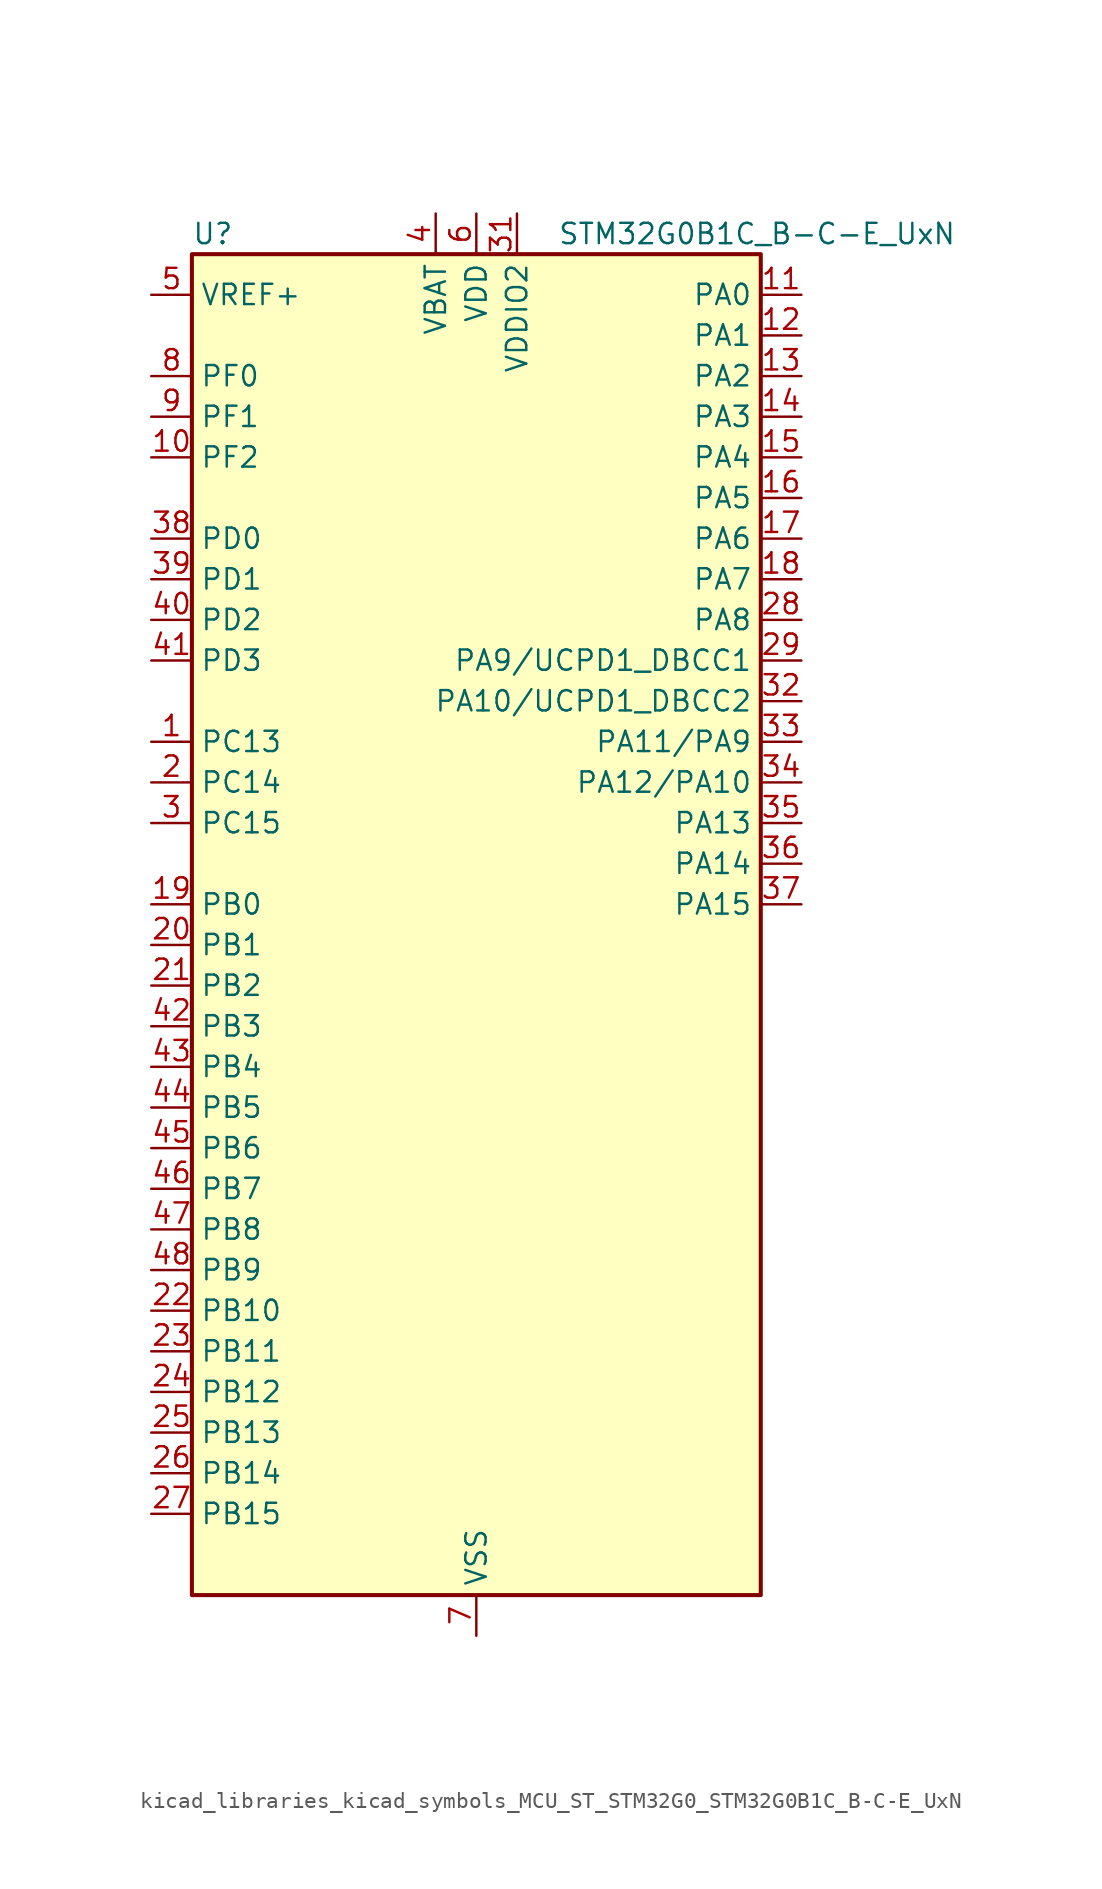
<source format=kicad_sym>
(kicad_symbol_lib
  (version 20220914)
  (generator kicad_symbol_editor)
  (symbol "kicad_libraries_kicad_symbols_MCU_ST_STM32G0_STM32G0B1C_B-C-E_UxN"
    (property "Reference" "U"
      (at -17.78 44.45 0)
      (effects (font (size 1.27 1.27)) (justify left)))
    (property "Value" "STM32G0B1C_B-C-E_UxN"
      (at 5.08 44.45 0)
      (effects (font (size 1.27 1.27)) (justify left)))
    (property "ki_locked" ""
      (at 0 0 0)
      (effects (font (size 1.27 1.27))))
    (symbol "kicad_libraries_kicad_symbols_MCU_ST_STM32G0_STM32G0B1C_B-C-E_UxN_0_1"
      (rectangle (start -17.78 -40.64) (end 17.78 43.18) (stroke (width 0.254) (type default)) (fill (type background))))
    (symbol "kicad_libraries_kicad_symbols_MCU_ST_STM32G0_STM32G0B1C_B-C-E_UxN_1_1"
      (pin bidirectional line (at -20.32 12.7 0) (length 2.54) (name "PC13" (effects (font (size 1.27 1.27)))) (number "1" (effects (font (size 1.27 1.27)))) (alternate "RTC_OUT1" bidirectional line) (alternate "RTC_TAMP_IN1" bidirectional line) (alternate "RTC_TS" bidirectional line) (alternate "SYS_WKUP2" bidirectional line) (alternate "TIM1_BK" bidirectional line))
      (pin bidirectional line (at -20.32 30.48 0) (length 2.54) (name "PF2" (effects (font (size 1.27 1.27)))) (number "10" (effects (font (size 1.27 1.27)))) (alternate "LPUART2_DE" bidirectional line) (alternate "LPUART2_RTS" bidirectional line) (alternate "LPUART2_TX" bidirectional line) (alternate "RCC_MCO" bidirectional line))
      (pin bidirectional line (at 20.32 40.64 180) (length 2.54) (name "PA0" (effects (font (size 1.27 1.27)))) (number "11" (effects (font (size 1.27 1.27)))) (alternate "ADC1_IN0" bidirectional line) (alternate "COMP1_INM" bidirectional line) (alternate "COMP1_OUT" bidirectional line) (alternate "I2S2_CK" bidirectional line) (alternate "LPTIM1_OUT" bidirectional line) (alternate "RTC_TAMP_IN2" bidirectional line) (alternate "SPI2_SCK" bidirectional line) (alternate "SYS_WKUP1" bidirectional line) (alternate "TIM2_CH1" bidirectional line) (alternate "TIM2_ETR" bidirectional line) (alternate "UCPD2_FRSTX1" bidirectional line) (alternate "UCPD2_FRSTX2" bidirectional line) (alternate "USART2_CTS" bidirectional line) (alternate "USART2_NSS" bidirectional line) (alternate "USART4_TX" bidirectional line))
      (pin bidirectional line (at 20.32 38.1 180) (length 2.54) (name "PA1" (effects (font (size 1.27 1.27)))) (number "12" (effects (font (size 1.27 1.27)))) (alternate "ADC1_IN1" bidirectional line) (alternate "COMP1_INP" bidirectional line) (alternate "I2C1_SMBA" bidirectional line) (alternate "I2S1_CK" bidirectional line) (alternate "SPI1_SCK" bidirectional line) (alternate "TIM15_CH1N" bidirectional line) (alternate "TIM2_CH2" bidirectional line) (alternate "USART2_CK" bidirectional line) (alternate "USART2_DE" bidirectional line) (alternate "USART2_RTS" bidirectional line) (alternate "USART4_RX" bidirectional line))
      (pin bidirectional line (at 20.32 35.56 180) (length 2.54) (name "PA2" (effects (font (size 1.27 1.27)))) (number "13" (effects (font (size 1.27 1.27)))) (alternate "ADC1_IN2" bidirectional line) (alternate "COMP2_INM" bidirectional line) (alternate "COMP2_OUT" bidirectional line) (alternate "I2S1_SD" bidirectional line) (alternate "LPUART1_TX" bidirectional line) (alternate "RCC_LSCO" bidirectional line) (alternate "SPI1_MOSI" bidirectional line) (alternate "SYS_WKUP4" bidirectional line) (alternate "TIM15_CH1" bidirectional line) (alternate "TIM2_CH3" bidirectional line) (alternate "UCPD1_FRSTX1" bidirectional line) (alternate "UCPD1_FRSTX2" bidirectional line) (alternate "USART2_TX" bidirectional line))
      (pin bidirectional line (at 20.32 33.02 180) (length 2.54) (name "PA3" (effects (font (size 1.27 1.27)))) (number "14" (effects (font (size 1.27 1.27)))) (alternate "ADC1_IN3" bidirectional line) (alternate "COMP2_INP" bidirectional line) (alternate "I2S2_MCK" bidirectional line) (alternate "LPUART1_RX" bidirectional line) (alternate "SPI2_MISO" bidirectional line) (alternate "TIM15_CH2" bidirectional line) (alternate "TIM2_CH4" bidirectional line) (alternate "UCPD2_FRSTX1" bidirectional line) (alternate "UCPD2_FRSTX2" bidirectional line) (alternate "USART2_RX" bidirectional line))
      (pin bidirectional line (at 20.32 30.48 180) (length 2.54) (name "PA4" (effects (font (size 1.27 1.27)))) (number "15" (effects (font (size 1.27 1.27)))) (alternate "ADC1_IN4" bidirectional line) (alternate "DAC1_OUT1" bidirectional line) (alternate "I2S1_WS" bidirectional line) (alternate "I2S2_SD" bidirectional line) (alternate "LPTIM2_OUT" bidirectional line) (alternate "RTC_OUT2" bidirectional line) (alternate "SPI1_NSS" bidirectional line) (alternate "SPI2_MOSI" bidirectional line) (alternate "SPI3_NSS" bidirectional line) (alternate "TIM14_CH1" bidirectional line) (alternate "UCPD2_FRSTX1" bidirectional line) (alternate "UCPD2_FRSTX2" bidirectional line) (alternate "USART6_TX" bidirectional line) (alternate "USB_NOE" bidirectional line))
      (pin bidirectional line (at 20.32 27.94 180) (length 2.54) (name "PA5" (effects (font (size 1.27 1.27)))) (number "16" (effects (font (size 1.27 1.27)))) (alternate "ADC1_IN5" bidirectional line) (alternate "CEC" bidirectional line) (alternate "DAC1_OUT2" bidirectional line) (alternate "I2S1_CK" bidirectional line) (alternate "LPTIM2_ETR" bidirectional line) (alternate "SPI1_SCK" bidirectional line) (alternate "TIM2_CH1" bidirectional line) (alternate "TIM2_ETR" bidirectional line) (alternate "UCPD1_FRSTX1" bidirectional line) (alternate "UCPD1_FRSTX2" bidirectional line) (alternate "USART3_TX" bidirectional line) (alternate "USART6_RX" bidirectional line))
      (pin bidirectional line (at 20.32 25.4 180) (length 2.54) (name "PA6" (effects (font (size 1.27 1.27)))) (number "17" (effects (font (size 1.27 1.27)))) (alternate "ADC1_IN6" bidirectional line) (alternate "COMP1_OUT" bidirectional line) (alternate "I2C2_SDA" bidirectional line) (alternate "I2C3_SDA" bidirectional line) (alternate "I2S1_MCK" bidirectional line) (alternate "LPUART1_CTS" bidirectional line) (alternate "SPI1_MISO" bidirectional line) (alternate "TIM16_CH1" bidirectional line) (alternate "TIM1_BK" bidirectional line) (alternate "TIM3_CH1" bidirectional line) (alternate "USART3_CTS" bidirectional line) (alternate "USART3_NSS" bidirectional line) (alternate "USART6_CTS" bidirectional line) (alternate "USART6_NSS" bidirectional line))
      (pin bidirectional line (at 20.32 22.86 180) (length 2.54) (name "PA7" (effects (font (size 1.27 1.27)))) (number "18" (effects (font (size 1.27 1.27)))) (alternate "ADC1_IN7" bidirectional line) (alternate "COMP2_OUT" bidirectional line) (alternate "I2C2_SCL" bidirectional line) (alternate "I2C3_SCL" bidirectional line) (alternate "I2S1_SD" bidirectional line) (alternate "SPI1_MOSI" bidirectional line) (alternate "TIM14_CH1" bidirectional line) (alternate "TIM17_CH1" bidirectional line) (alternate "TIM1_CH1N" bidirectional line) (alternate "TIM3_CH2" bidirectional line) (alternate "UCPD1_FRSTX1" bidirectional line) (alternate "UCPD1_FRSTX2" bidirectional line) (alternate "USART6_CK" bidirectional line) (alternate "USART6_DE" bidirectional line) (alternate "USART6_RTS" bidirectional line))
      (pin bidirectional line (at -20.32 2.54 0) (length 2.54) (name "PB0" (effects (font (size 1.27 1.27)))) (number "19" (effects (font (size 1.27 1.27)))) (alternate "ADC1_IN8" bidirectional line) (alternate "COMP1_OUT" bidirectional line) (alternate "COMP3_INP" bidirectional line) (alternate "FDCAN2_RX" bidirectional line) (alternate "I2S1_WS" bidirectional line) (alternate "LPTIM1_OUT" bidirectional line) (alternate "LPUART2_CTS" bidirectional line) (alternate "SPI1_NSS" bidirectional line) (alternate "TIM1_CH2N" bidirectional line) (alternate "TIM3_CH3" bidirectional line) (alternate "UCPD1_FRSTX1" bidirectional line) (alternate "UCPD1_FRSTX2" bidirectional line) (alternate "USART3_RX" bidirectional line) (alternate "USART5_TX" bidirectional line))
      (pin bidirectional line (at -20.32 10.16 0) (length 2.54) (name "PC14" (effects (font (size 1.27 1.27)))) (number "2" (effects (font (size 1.27 1.27)))) (alternate "RCC_OSC32_IN" bidirectional line) (alternate "TIM1_BK2" bidirectional line))
      (pin bidirectional line (at -20.32 0 0) (length 2.54) (name "PB1" (effects (font (size 1.27 1.27)))) (number "20" (effects (font (size 1.27 1.27)))) (alternate "ADC1_IN9" bidirectional line) (alternate "COMP1_INM" bidirectional line) (alternate "COMP3_OUT" bidirectional line) (alternate "FDCAN2_TX" bidirectional line) (alternate "LPTIM2_IN1" bidirectional line) (alternate "LPUART1_DE" bidirectional line) (alternate "LPUART1_RTS" bidirectional line) (alternate "LPUART2_DE" bidirectional line) (alternate "LPUART2_RTS" bidirectional line) (alternate "TIM14_CH1" bidirectional line) (alternate "TIM1_CH3N" bidirectional line) (alternate "TIM3_CH4" bidirectional line) (alternate "USART3_CK" bidirectional line) (alternate "USART3_DE" bidirectional line) (alternate "USART3_RTS" bidirectional line) (alternate "USART5_RX" bidirectional line))
      (pin bidirectional line (at -20.32 -2.54 0) (length 2.54) (name "PB2" (effects (font (size 1.27 1.27)))) (number "21" (effects (font (size 1.27 1.27)))) (alternate "ADC1_IN10" bidirectional line) (alternate "COMP1_INP" bidirectional line) (alternate "COMP3_INM" bidirectional line) (alternate "I2S2_MCK" bidirectional line) (alternate "LPTIM1_OUT" bidirectional line) (alternate "RCC_MCO_2" bidirectional line) (alternate "SPI2_MISO" bidirectional line) (alternate "USART3_TX" bidirectional line))
      (pin bidirectional line (at -20.32 -22.86 0) (length 2.54) (name "PB10" (effects (font (size 1.27 1.27)))) (number "22" (effects (font (size 1.27 1.27)))) (alternate "ADC1_IN11" bidirectional line) (alternate "CEC" bidirectional line) (alternate "COMP1_OUT" bidirectional line) (alternate "I2C2_SCL" bidirectional line) (alternate "I2S2_CK" bidirectional line) (alternate "LPUART1_RX" bidirectional line) (alternate "SPI2_SCK" bidirectional line) (alternate "TIM2_CH3" bidirectional line) (alternate "USART3_TX" bidirectional line))
      (pin bidirectional line (at -20.32 -25.4 0) (length 2.54) (name "PB11" (effects (font (size 1.27 1.27)))) (number "23" (effects (font (size 1.27 1.27)))) (alternate "ADC1_EXTI11" bidirectional line) (alternate "ADC1_IN15" bidirectional line) (alternate "COMP2_OUT" bidirectional line) (alternate "I2C2_SDA" bidirectional line) (alternate "I2S2_SD" bidirectional line) (alternate "LPUART1_TX" bidirectional line) (alternate "SPI2_MOSI" bidirectional line) (alternate "TIM2_CH4" bidirectional line) (alternate "USART3_RX" bidirectional line))
      (pin bidirectional line (at -20.32 -27.94 0) (length 2.54) (name "PB12" (effects (font (size 1.27 1.27)))) (number "24" (effects (font (size 1.27 1.27)))) (alternate "ADC1_IN16" bidirectional line) (alternate "FDCAN2_RX" bidirectional line) (alternate "I2C2_SMBA" bidirectional line) (alternate "I2S2_WS" bidirectional line) (alternate "LPUART1_DE" bidirectional line) (alternate "LPUART1_RTS" bidirectional line) (alternate "SPI2_NSS" bidirectional line) (alternate "TIM15_BK" bidirectional line) (alternate "TIM1_BK" bidirectional line) (alternate "UCPD2_FRSTX1" bidirectional line) (alternate "UCPD2_FRSTX2" bidirectional line))
      (pin bidirectional line (at -20.32 -30.48 0) (length 2.54) (name "PB13" (effects (font (size 1.27 1.27)))) (number "25" (effects (font (size 1.27 1.27)))) (alternate "FDCAN2_TX" bidirectional line) (alternate "I2C2_SCL" bidirectional line) (alternate "I2S2_CK" bidirectional line) (alternate "LPUART1_CTS" bidirectional line) (alternate "SPI2_SCK" bidirectional line) (alternate "TIM15_CH1N" bidirectional line) (alternate "TIM1_CH1N" bidirectional line) (alternate "USART3_CTS" bidirectional line) (alternate "USART3_NSS" bidirectional line))
      (pin bidirectional line (at -20.32 -33.02 0) (length 2.54) (name "PB14" (effects (font (size 1.27 1.27)))) (number "26" (effects (font (size 1.27 1.27)))) (alternate "I2C2_SDA" bidirectional line) (alternate "I2S2_MCK" bidirectional line) (alternate "SPI2_MISO" bidirectional line) (alternate "TIM15_CH1" bidirectional line) (alternate "TIM1_CH2N" bidirectional line) (alternate "UCPD1_FRSTX1" bidirectional line) (alternate "UCPD1_FRSTX2" bidirectional line) (alternate "USART3_CK" bidirectional line) (alternate "USART3_DE" bidirectional line) (alternate "USART3_RTS" bidirectional line) (alternate "USART6_CK" bidirectional line) (alternate "USART6_DE" bidirectional line) (alternate "USART6_RTS" bidirectional line))
      (pin bidirectional line (at -20.32 -35.56 0) (length 2.54) (name "PB15" (effects (font (size 1.27 1.27)))) (number "27" (effects (font (size 1.27 1.27)))) (alternate "I2S2_SD" bidirectional line) (alternate "RTC_REFIN" bidirectional line) (alternate "SPI2_MOSI" bidirectional line) (alternate "TIM15_CH1N" bidirectional line) (alternate "TIM15_CH2" bidirectional line) (alternate "TIM1_CH3N" bidirectional line) (alternate "UCPD1_CC2" bidirectional line) (alternate "USART6_CTS" bidirectional line) (alternate "USART6_NSS" bidirectional line))
      (pin bidirectional line (at 20.32 20.32 180) (length 2.54) (name "PA8" (effects (font (size 1.27 1.27)))) (number "28" (effects (font (size 1.27 1.27)))) (alternate "CRS1_SYNC" bidirectional line) (alternate "I2C2_SMBA" bidirectional line) (alternate "I2S2_WS" bidirectional line) (alternate "LPTIM2_OUT" bidirectional line) (alternate "RCC_MCO" bidirectional line) (alternate "SPI2_NSS" bidirectional line) (alternate "TIM1_CH1" bidirectional line) (alternate "UCPD1_CC1" bidirectional line))
      (pin bidirectional line (at 20.32 17.78 180) (length 2.54) (name "PA9/UCPD1_DBCC1" (effects (font (size 1.27 1.27)))) (number "29" (effects (font (size 1.27 1.27)))) (alternate "DAC1_EXTI9" bidirectional line) (alternate "I2C1_SCL" bidirectional line) (alternate "I2C2_SCL" bidirectional line) (alternate "I2S2_MCK" bidirectional line) (alternate "RCC_MCO" bidirectional line) (alternate "SPI2_MISO" bidirectional line) (alternate "TIM15_BK" bidirectional line) (alternate "TIM1_CH2" bidirectional line) (alternate "UCPD1_DBCC1" bidirectional line) (alternate "USART1_TX" bidirectional line))
      (pin bidirectional line (at -20.32 7.62 0) (length 2.54) (name "PC15" (effects (font (size 1.27 1.27)))) (number "3" (effects (font (size 1.27 1.27)))) (alternate "RCC_OSC32_EN" bidirectional line) (alternate "RCC_OSC32_OUT" bidirectional line) (alternate "RCC_OSC_EN" bidirectional line) (alternate "TIM15_BK" bidirectional line))
      (pin passive line (at 0 -43.18 90) (length 2.54) hide (name "VSS" (effects (font (size 1.27 1.27)))) (number "30" (effects (font (size 1.27 1.27)))))
      (pin power_in line (at 2.54 45.72 270) (length 2.54) (name "VDDIO2" (effects (font (size 1.27 1.27)))) (number "31" (effects (font (size 1.27 1.27)))))
      (pin bidirectional line (at 20.32 15.24 180) (length 2.54) (name "PA10/UCPD1_DBCC2" (effects (font (size 1.27 1.27)))) (number "32" (effects (font (size 1.27 1.27)))) (alternate "I2C1_SDA" bidirectional line) (alternate "I2C2_SDA" bidirectional line) (alternate "I2S2_SD" bidirectional line) (alternate "RCC_MCO_2" bidirectional line) (alternate "SPI2_MOSI" bidirectional line) (alternate "TIM17_BK" bidirectional line) (alternate "TIM1_CH3" bidirectional line) (alternate "UCPD1_DBCC2" bidirectional line) (alternate "USART1_RX" bidirectional line))
      (pin bidirectional line (at 20.32 12.7 180) (length 2.54) (name "PA11/PA9" (effects (font (size 1.27 1.27)))) (number "33" (effects (font (size 1.27 1.27)))) (alternate "ADC1_EXTI11" bidirectional line) (alternate "COMP1_OUT" bidirectional line) (alternate "FDCAN1_RX" bidirectional line) (alternate "I2C2_SCL" bidirectional line) (alternate "I2S1_MCK" bidirectional line) (alternate "SPI1_MISO" bidirectional line) (alternate "TIM1_BK2" bidirectional line) (alternate "TIM1_CH4" bidirectional line) (alternate "USART1_CTS" bidirectional line) (alternate "USART1_NSS" bidirectional line) (alternate "USB_DM" bidirectional line))
      (pin bidirectional line (at 20.32 10.16 180) (length 2.54) (name "PA12/PA10" (effects (font (size 1.27 1.27)))) (number "34" (effects (font (size 1.27 1.27)))) (alternate "COMP2_OUT" bidirectional line) (alternate "FDCAN1_TX" bidirectional line) (alternate "I2C2_SDA" bidirectional line) (alternate "I2S1_SD" bidirectional line) (alternate "I2S_CKIN" bidirectional line) (alternate "SPI1_MOSI" bidirectional line) (alternate "TIM1_ETR" bidirectional line) (alternate "USART1_CK" bidirectional line) (alternate "USART1_DE" bidirectional line) (alternate "USART1_RTS" bidirectional line) (alternate "USB_DP" bidirectional line))
      (pin bidirectional line (at 20.32 7.62 180) (length 2.54) (name "PA13" (effects (font (size 1.27 1.27)))) (number "35" (effects (font (size 1.27 1.27)))) (alternate "IR_OUT" bidirectional line) (alternate "LPUART2_RX" bidirectional line) (alternate "SYS_SWDIO" bidirectional line) (alternate "USB_NOE" bidirectional line))
      (pin bidirectional line (at 20.32 5.08 180) (length 2.54) (name "PA14" (effects (font (size 1.27 1.27)))) (number "36" (effects (font (size 1.27 1.27)))) (alternate "LPUART2_TX" bidirectional line) (alternate "SYS_SWCLK" bidirectional line) (alternate "USART2_TX" bidirectional line))
      (pin bidirectional line (at 20.32 2.54 180) (length 2.54) (name "PA15" (effects (font (size 1.27 1.27)))) (number "37" (effects (font (size 1.27 1.27)))) (alternate "I2C2_SMBA" bidirectional line) (alternate "I2S1_WS" bidirectional line) (alternate "RCC_MCO_2" bidirectional line) (alternate "SPI1_NSS" bidirectional line) (alternate "SPI3_NSS" bidirectional line) (alternate "TIM2_CH1" bidirectional line) (alternate "TIM2_ETR" bidirectional line) (alternate "USART2_RX" bidirectional line) (alternate "USART3_CK" bidirectional line) (alternate "USART3_DE" bidirectional line) (alternate "USART3_RTS" bidirectional line) (alternate "USART4_CK" bidirectional line) (alternate "USART4_DE" bidirectional line) (alternate "USART4_RTS" bidirectional line) (alternate "USB_NOE" bidirectional line))
      (pin bidirectional line (at -20.32 25.4 0) (length 2.54) (name "PD0" (effects (font (size 1.27 1.27)))) (number "38" (effects (font (size 1.27 1.27)))) (alternate "FDCAN1_RX" bidirectional line) (alternate "I2S2_WS" bidirectional line) (alternate "SPI2_NSS" bidirectional line) (alternate "TIM16_CH1" bidirectional line) (alternate "UCPD2_CC1" bidirectional line))
      (pin bidirectional line (at -20.32 22.86 0) (length 2.54) (name "PD1" (effects (font (size 1.27 1.27)))) (number "39" (effects (font (size 1.27 1.27)))) (alternate "FDCAN1_TX" bidirectional line) (alternate "I2S2_CK" bidirectional line) (alternate "SPI2_SCK" bidirectional line) (alternate "TIM17_CH1" bidirectional line) (alternate "UCPD2_DBCC1" bidirectional line))
      (pin power_in line (at -2.54 45.72 270) (length 2.54) (name "VBAT" (effects (font (size 1.27 1.27)))) (number "4" (effects (font (size 1.27 1.27)))))
      (pin bidirectional line (at -20.32 20.32 0) (length 2.54) (name "PD2" (effects (font (size 1.27 1.27)))) (number "40" (effects (font (size 1.27 1.27)))) (alternate "TIM1_CH1N" bidirectional line) (alternate "TIM3_ETR" bidirectional line) (alternate "UCPD2_CC2" bidirectional line) (alternate "USART3_CK" bidirectional line) (alternate "USART3_DE" bidirectional line) (alternate "USART3_RTS" bidirectional line) (alternate "USART5_RX" bidirectional line))
      (pin bidirectional line (at -20.32 17.78 0) (length 2.54) (name "PD3" (effects (font (size 1.27 1.27)))) (number "41" (effects (font (size 1.27 1.27)))) (alternate "I2S2_MCK" bidirectional line) (alternate "SPI2_MISO" bidirectional line) (alternate "TIM1_CH2N" bidirectional line) (alternate "UCPD2_DBCC2" bidirectional line) (alternate "USART2_CTS" bidirectional line) (alternate "USART2_NSS" bidirectional line) (alternate "USART5_TX" bidirectional line))
      (pin bidirectional line (at -20.32 -5.08 0) (length 2.54) (name "PB3" (effects (font (size 1.27 1.27)))) (number "42" (effects (font (size 1.27 1.27)))) (alternate "COMP2_INM" bidirectional line) (alternate "I2C2_SCL" bidirectional line) (alternate "I2C3_SCL" bidirectional line) (alternate "I2S1_CK" bidirectional line) (alternate "SPI1_SCK" bidirectional line) (alternate "SPI3_SCK" bidirectional line) (alternate "TIM1_CH2" bidirectional line) (alternate "TIM2_CH2" bidirectional line) (alternate "USART1_CK" bidirectional line) (alternate "USART1_DE" bidirectional line) (alternate "USART1_RTS" bidirectional line) (alternate "USART5_TX" bidirectional line))
      (pin bidirectional line (at -20.32 -7.62 0) (length 2.54) (name "PB4" (effects (font (size 1.27 1.27)))) (number "43" (effects (font (size 1.27 1.27)))) (alternate "COMP2_INP" bidirectional line) (alternate "I2C2_SDA" bidirectional line) (alternate "I2C3_SDA" bidirectional line) (alternate "I2S1_MCK" bidirectional line) (alternate "SPI1_MISO" bidirectional line) (alternate "SPI3_MISO" bidirectional line) (alternate "TIM17_BK" bidirectional line) (alternate "TIM3_CH1" bidirectional line) (alternate "USART1_CTS" bidirectional line) (alternate "USART1_NSS" bidirectional line) (alternate "USART5_RX" bidirectional line))
      (pin bidirectional line (at -20.32 -10.16 0) (length 2.54) (name "PB5" (effects (font (size 1.27 1.27)))) (number "44" (effects (font (size 1.27 1.27)))) (alternate "COMP2_OUT" bidirectional line) (alternate "FDCAN2_RX" bidirectional line) (alternate "I2C1_SMBA" bidirectional line) (alternate "I2S1_SD" bidirectional line) (alternate "LPTIM1_IN1" bidirectional line) (alternate "SPI1_MOSI" bidirectional line) (alternate "SPI3_MOSI" bidirectional line) (alternate "SYS_WKUP6" bidirectional line) (alternate "TIM16_BK" bidirectional line) (alternate "TIM3_CH2" bidirectional line) (alternate "USART5_CK" bidirectional line) (alternate "USART5_DE" bidirectional line) (alternate "USART5_RTS" bidirectional line))
      (pin bidirectional line (at -20.32 -12.7 0) (length 2.54) (name "PB6" (effects (font (size 1.27 1.27)))) (number "45" (effects (font (size 1.27 1.27)))) (alternate "COMP2_INP" bidirectional line) (alternate "FDCAN2_TX" bidirectional line) (alternate "I2C1_SCL" bidirectional line) (alternate "I2S2_MCK" bidirectional line) (alternate "LPTIM1_ETR" bidirectional line) (alternate "LPUART2_TX" bidirectional line) (alternate "SPI2_MISO" bidirectional line) (alternate "TIM16_CH1N" bidirectional line) (alternate "TIM1_CH3" bidirectional line) (alternate "TIM4_CH1" bidirectional line) (alternate "USART1_TX" bidirectional line) (alternate "USART5_CTS" bidirectional line) (alternate "USART5_NSS" bidirectional line))
      (pin bidirectional line (at -20.32 -15.24 0) (length 2.54) (name "PB7" (effects (font (size 1.27 1.27)))) (number "46" (effects (font (size 1.27 1.27)))) (alternate "COMP2_INM" bidirectional line) (alternate "I2C1_SDA" bidirectional line) (alternate "I2S2_SD" bidirectional line) (alternate "LPTIM1_IN2" bidirectional line) (alternate "LPUART2_RX" bidirectional line) (alternate "SPI2_MOSI" bidirectional line) (alternate "SYS_PVD_IN" bidirectional line) (alternate "TIM17_CH1N" bidirectional line) (alternate "TIM4_CH2" bidirectional line) (alternate "USART1_RX" bidirectional line) (alternate "USART4_CTS" bidirectional line) (alternate "USART4_NSS" bidirectional line))
      (pin bidirectional line (at -20.32 -17.78 0) (length 2.54) (name "PB8" (effects (font (size 1.27 1.27)))) (number "47" (effects (font (size 1.27 1.27)))) (alternate "CEC" bidirectional line) (alternate "FDCAN1_RX" bidirectional line) (alternate "I2C1_SCL" bidirectional line) (alternate "I2S2_CK" bidirectional line) (alternate "SPI2_SCK" bidirectional line) (alternate "TIM15_BK" bidirectional line) (alternate "TIM16_CH1" bidirectional line) (alternate "TIM4_CH3" bidirectional line) (alternate "USART3_TX" bidirectional line) (alternate "USART6_TX" bidirectional line))
      (pin bidirectional line (at -20.32 -20.32 0) (length 2.54) (name "PB9" (effects (font (size 1.27 1.27)))) (number "48" (effects (font (size 1.27 1.27)))) (alternate "DAC1_EXTI9" bidirectional line) (alternate "FDCAN1_TX" bidirectional line) (alternate "I2C1_SDA" bidirectional line) (alternate "I2S2_WS" bidirectional line) (alternate "IR_OUT" bidirectional line) (alternate "SPI2_NSS" bidirectional line) (alternate "TIM17_CH1" bidirectional line) (alternate "TIM4_CH4" bidirectional line) (alternate "UCPD2_FRSTX1" bidirectional line) (alternate "UCPD2_FRSTX2" bidirectional line) (alternate "USART3_RX" bidirectional line) (alternate "USART6_RX" bidirectional line))
      (pin passive line (at 0 -43.18 90) (length 2.54) hide (name "VSS" (effects (font (size 1.27 1.27)))) (number "49" (effects (font (size 1.27 1.27)))))
      (pin input line (at -20.32 40.64 0) (length 2.54) (name "VREF+" (effects (font (size 1.27 1.27)))) (number "5" (effects (font (size 1.27 1.27)))) (alternate "VREFBUF_OUT" bidirectional line))
      (pin power_in line (at 0 45.72 270) (length 2.54) (name "VDD" (effects (font (size 1.27 1.27)))) (number "6" (effects (font (size 1.27 1.27)))))
      (pin power_in line (at 0 -43.18 90) (length 2.54) (name "VSS" (effects (font (size 1.27 1.27)))) (number "7" (effects (font (size 1.27 1.27)))))
      (pin bidirectional line (at -20.32 35.56 0) (length 2.54) (name "PF0" (effects (font (size 1.27 1.27)))) (number "8" (effects (font (size 1.27 1.27)))) (alternate "CRS1_SYNC" bidirectional line) (alternate "RCC_OSC_IN" bidirectional line) (alternate "TIM14_CH1" bidirectional line))
      (pin bidirectional line (at -20.32 33.02 0) (length 2.54) (name "PF1" (effects (font (size 1.27 1.27)))) (number "9" (effects (font (size 1.27 1.27)))) (alternate "RCC_OSC_EN" bidirectional line) (alternate "RCC_OSC_OUT" bidirectional line) (alternate "TIM15_CH1N" bidirectional line)))))
</source>
